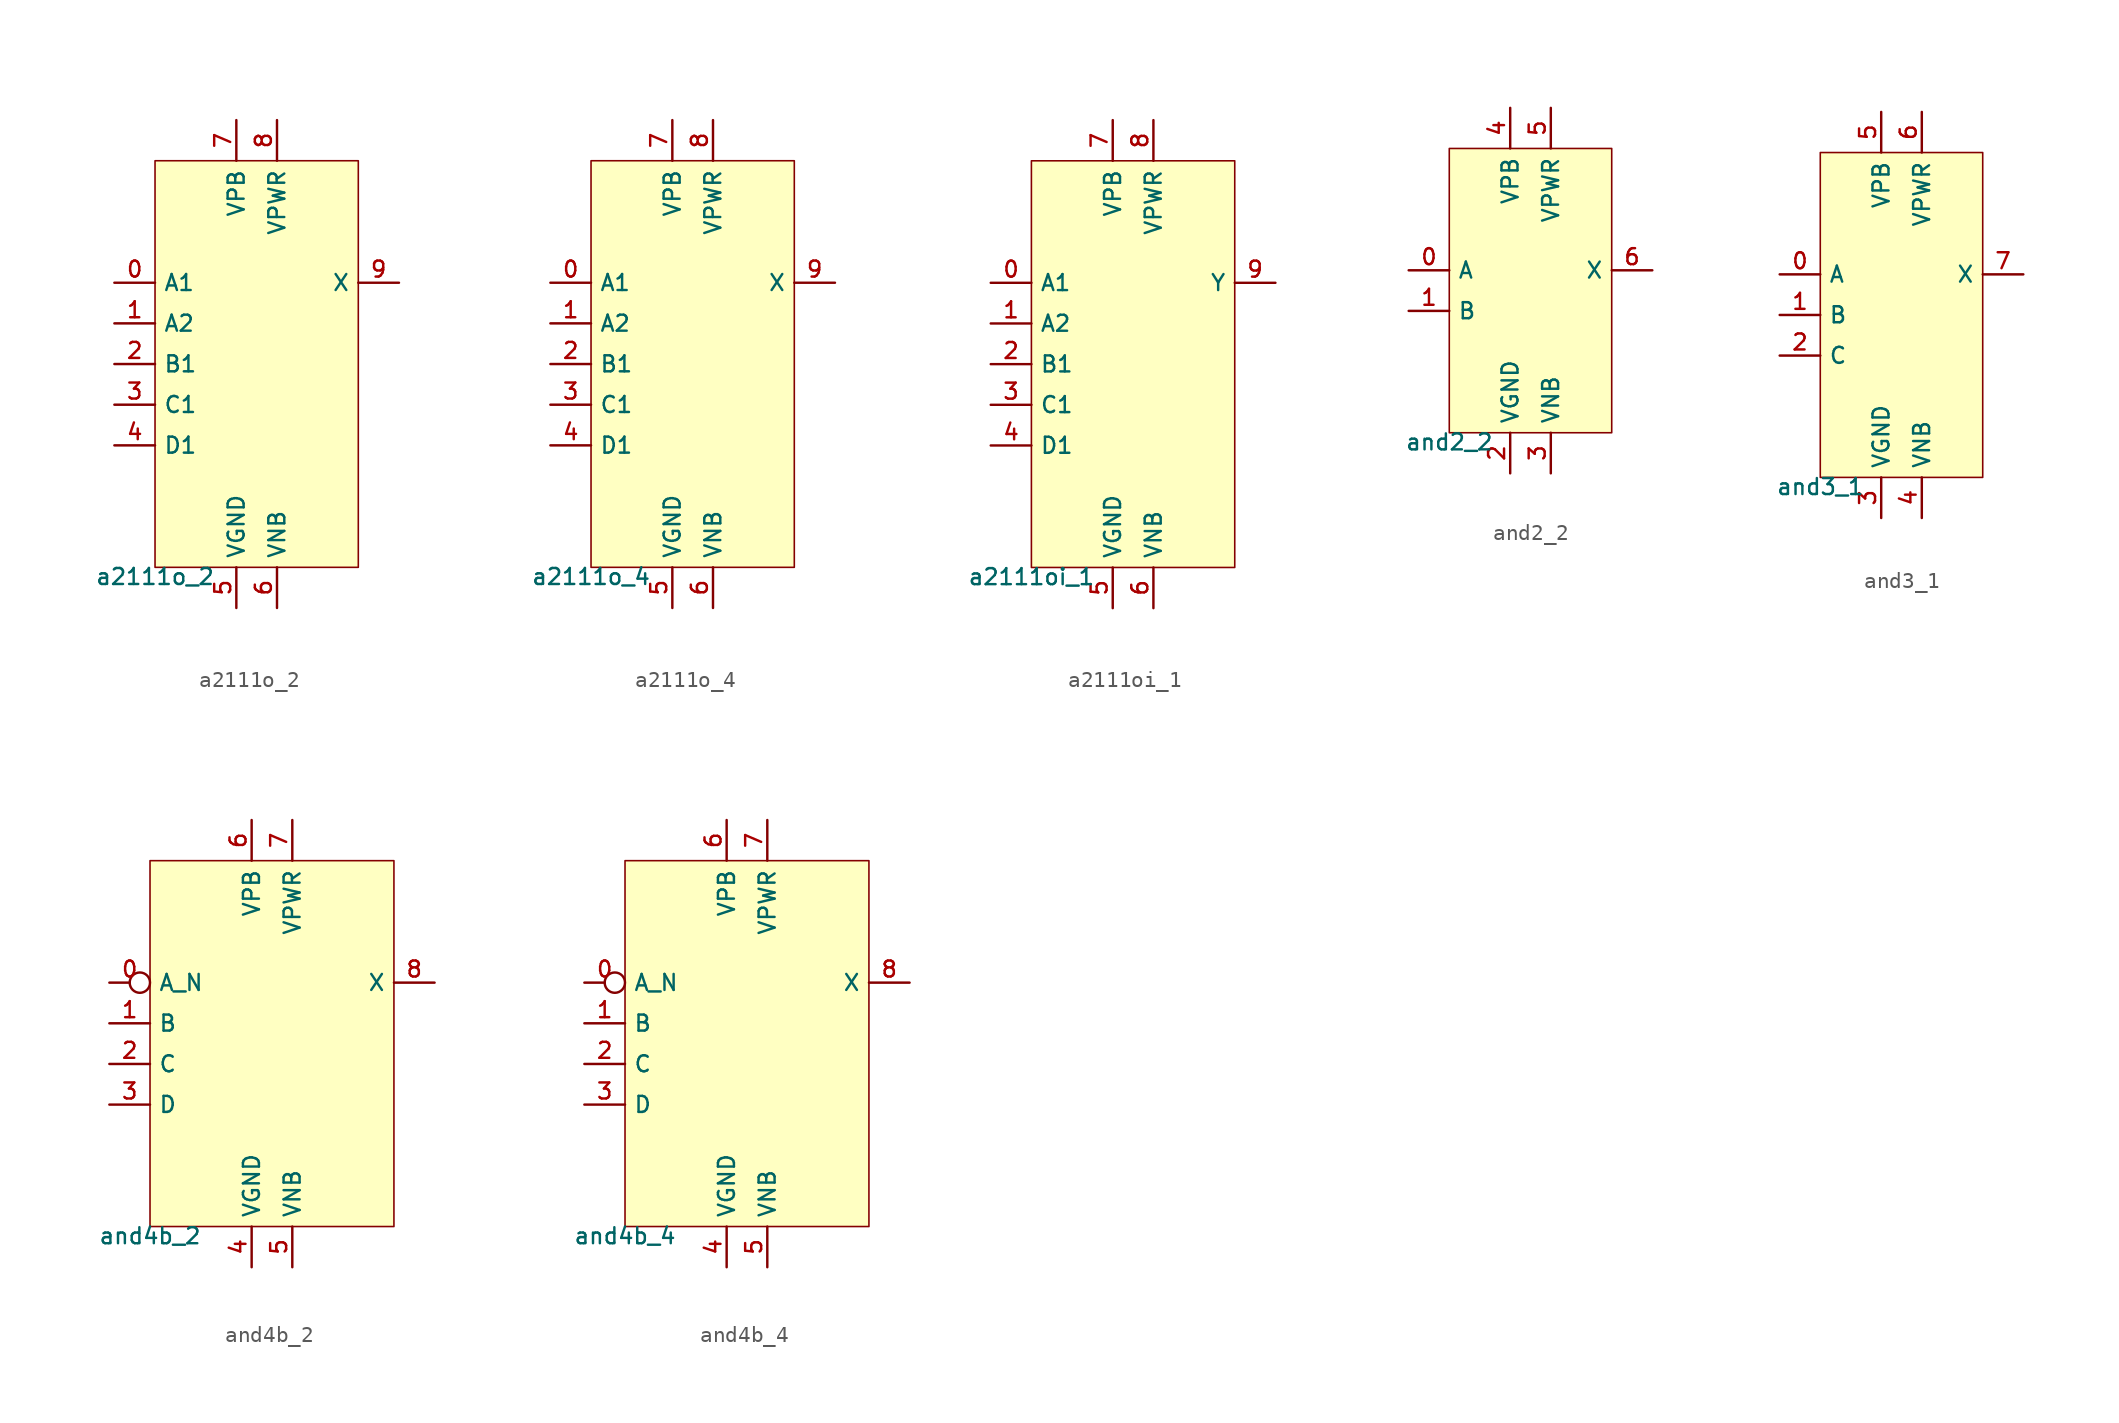
<source format=kicad_sym>
(kicad_symbol_lib
  (version 20211014)
  (generator lef2kicad_sym)
  (symbol "a2111o_2"
    (property "Reference" "CELL"
      (at 0 0 0)
      (effects (font (size 1 1)) hide))
    (property "Value" "a2111o_2"
      (at -6.35 -12.7 0)
      (effects (font (size 1 1)) (justify top)))
    (rectangle
      (start -6.35 -12.7)
      (end 6.35 12.7)
      (stroke (width 0.1) (type solid) (color 0 0 0 0))
      (fill (type background)))
    (pin input line
      (at -8.89 5.08 0)
      (length 2.54)
      (name "A1" (effects (font (size 1 1)) hide))
      (number "0" (effects (font (size 1 1)) hide)))
    (pin input line
      (at -8.89 2.54 0)
      (length 2.54)
      (name "A2" (effects (font (size 1 1)) hide))
      (number "1" (effects (font (size 1 1)) hide)))
    (pin input line
      (at -8.89 -8.881784197001252e-16 0)
      (length 2.54)
      (name "B1" (effects (font (size 1 1)) hide))
      (number "2" (effects (font (size 1 1)) hide)))
    (pin input line
      (at -8.89 -2.54 0)
      (length 2.54)
      (name "C1" (effects (font (size 1 1)) hide))
      (number "3" (effects (font (size 1 1)) hide)))
    (pin input line
      (at -8.89 -5.08 0)
      (length 2.54)
      (name "D1" (effects (font (size 1 1)) hide))
      (number "4" (effects (font (size 1 1)) hide)))
    (pin power_in line
      (at -1.27 -15.24 90)
      (length 2.54)
      (name "VGND" (effects (font (size 1 1)) hide))
      (number "5" (effects (font (size 1 1)) hide)))
    (pin power_in line
      (at 1.27 -15.24 90)
      (length 2.54)
      (name "VNB" (effects (font (size 1 1)) hide))
      (number "6" (effects (font (size 1 1)) hide)))
    (pin power_in line
      (at -1.27 15.24 270)
      (length 2.54)
      (name "VPB" (effects (font (size 1 1)) hide))
      (number "7" (effects (font (size 1 1)) hide)))
    (pin power_in line
      (at 1.27 15.24 270)
      (length 2.54)
      (name "VPWR" (effects (font (size 1 1)) hide))
      (number "8" (effects (font (size 1 1)) hide)))
    (pin output line
      (at 8.89 5.08 180)
      (length 2.54)
      (name "X" (effects (font (size 1 1)) hide))
      (number "9" (effects (font (size 1 1)) hide))))
  (symbol "a2111o_4"
    (property "Reference" "CELL"
      (at 0 0 0)
      (effects (font (size 1 1)) hide))
    (property "Value" "a2111o_4"
      (at -6.35 -12.7 0)
      (effects (font (size 1 1)) (justify top)))
    (rectangle
      (start -6.35 -12.7)
      (end 6.35 12.7)
      (stroke (width 0.1) (type solid) (color 0 0 0 0))
      (fill (type background)))
    (pin input line
      (at -8.89 5.08 0)
      (length 2.54)
      (name "A1" (effects (font (size 1 1)) hide))
      (number "0" (effects (font (size 1 1)) hide)))
    (pin input line
      (at -8.89 2.54 0)
      (length 2.54)
      (name "A2" (effects (font (size 1 1)) hide))
      (number "1" (effects (font (size 1 1)) hide)))
    (pin input line
      (at -8.89 -8.881784197001252e-16 0)
      (length 2.54)
      (name "B1" (effects (font (size 1 1)) hide))
      (number "2" (effects (font (size 1 1)) hide)))
    (pin input line
      (at -8.89 -2.54 0)
      (length 2.54)
      (name "C1" (effects (font (size 1 1)) hide))
      (number "3" (effects (font (size 1 1)) hide)))
    (pin input line
      (at -8.89 -5.08 0)
      (length 2.54)
      (name "D1" (effects (font (size 1 1)) hide))
      (number "4" (effects (font (size 1 1)) hide)))
    (pin power_in line
      (at -1.27 -15.24 90)
      (length 2.54)
      (name "VGND" (effects (font (size 1 1)) hide))
      (number "5" (effects (font (size 1 1)) hide)))
    (pin power_in line
      (at 1.27 -15.24 90)
      (length 2.54)
      (name "VNB" (effects (font (size 1 1)) hide))
      (number "6" (effects (font (size 1 1)) hide)))
    (pin power_in line
      (at -1.27 15.24 270)
      (length 2.54)
      (name "VPB" (effects (font (size 1 1)) hide))
      (number "7" (effects (font (size 1 1)) hide)))
    (pin power_in line
      (at 1.27 15.24 270)
      (length 2.54)
      (name "VPWR" (effects (font (size 1 1)) hide))
      (number "8" (effects (font (size 1 1)) hide)))
    (pin output line
      (at 8.89 5.08 180)
      (length 2.54)
      (name "X" (effects (font (size 1 1)) hide))
      (number "9" (effects (font (size 1 1)) hide))))
  (symbol "a2111oi_1"
    (property "Reference" "CELL"
      (at 0 0 0)
      (effects (font (size 1 1)) hide))
    (property "Value" "a2111oi_1"
      (at -6.35 -12.7 0)
      (effects (font (size 1 1)) (justify top)))
    (rectangle
      (start -6.35 -12.7)
      (end 6.35 12.7)
      (stroke (width 0.1) (type solid) (color 0 0 0 0))
      (fill (type background)))
    (pin input line
      (at -8.89 5.08 0)
      (length 2.54)
      (name "A1" (effects (font (size 1 1)) hide))
      (number "0" (effects (font (size 1 1)) hide)))
    (pin input line
      (at -8.89 2.54 0)
      (length 2.54)
      (name "A2" (effects (font (size 1 1)) hide))
      (number "1" (effects (font (size 1 1)) hide)))
    (pin input line
      (at -8.89 -8.881784197001252e-16 0)
      (length 2.54)
      (name "B1" (effects (font (size 1 1)) hide))
      (number "2" (effects (font (size 1 1)) hide)))
    (pin input line
      (at -8.89 -2.54 0)
      (length 2.54)
      (name "C1" (effects (font (size 1 1)) hide))
      (number "3" (effects (font (size 1 1)) hide)))
    (pin input line
      (at -8.89 -5.08 0)
      (length 2.54)
      (name "D1" (effects (font (size 1 1)) hide))
      (number "4" (effects (font (size 1 1)) hide)))
    (pin power_in line
      (at -1.27 -15.24 90)
      (length 2.54)
      (name "VGND" (effects (font (size 1 1)) hide))
      (number "5" (effects (font (size 1 1)) hide)))
    (pin power_in line
      (at 1.27 -15.24 90)
      (length 2.54)
      (name "VNB" (effects (font (size 1 1)) hide))
      (number "6" (effects (font (size 1 1)) hide)))
    (pin power_in line
      (at -1.27 15.24 270)
      (length 2.54)
      (name "VPB" (effects (font (size 1 1)) hide))
      (number "7" (effects (font (size 1 1)) hide)))
    (pin power_in line
      (at 1.27 15.24 270)
      (length 2.54)
      (name "VPWR" (effects (font (size 1 1)) hide))
      (number "8" (effects (font (size 1 1)) hide)))
    (pin output line
      (at 8.89 5.08 180)
      (length 2.54)
      (name "Y" (effects (font (size 1 1)) hide))
      (number "9" (effects (font (size 1 1)) hide))))
  (symbol "and2_2"
    (property "Reference" "CELL"
      (at 0 0 0)
      (effects (font (size 1 1)) hide))
    (property "Value" "and2_2"
      (at -5.08 -8.89 0)
      (effects (font (size 1 1)) (justify top)))
    (rectangle
      (start -5.08 -8.89)
      (end 5.08 8.89)
      (stroke (width 0.1) (type solid) (color 0 0 0 0))
      (fill (type background)))
    (pin input line
      (at -7.62 1.27 0)
      (length 2.54)
      (name "A" (effects (font (size 1 1)) hide))
      (number "0" (effects (font (size 1 1)) hide)))
    (pin input line
      (at -7.62 -1.27 0)
      (length 2.54)
      (name "B" (effects (font (size 1 1)) hide))
      (number "1" (effects (font (size 1 1)) hide)))
    (pin power_in line
      (at -1.27 -11.43 90)
      (length 2.54)
      (name "VGND" (effects (font (size 1 1)) hide))
      (number "2" (effects (font (size 1 1)) hide)))
    (pin power_in line
      (at 1.27 -11.43 90)
      (length 2.54)
      (name "VNB" (effects (font (size 1 1)) hide))
      (number "3" (effects (font (size 1 1)) hide)))
    (pin power_in line
      (at -1.27 11.43 270)
      (length 2.54)
      (name "VPB" (effects (font (size 1 1)) hide))
      (number "4" (effects (font (size 1 1)) hide)))
    (pin power_in line
      (at 1.27 11.43 270)
      (length 2.54)
      (name "VPWR" (effects (font (size 1 1)) hide))
      (number "5" (effects (font (size 1 1)) hide)))
    (pin output line
      (at 7.62 1.27 180)
      (length 2.54)
      (name "X" (effects (font (size 1 1)) hide))
      (number "6" (effects (font (size 1 1)) hide))))
  (symbol "and3_1"
    (property "Reference" "CELL"
      (at 0 0 0)
      (effects (font (size 1 1)) hide))
    (property "Value" "and3_1"
      (at -5.08 -10.16 0)
      (effects (font (size 1 1)) (justify top)))
    (rectangle
      (start -5.08 -10.16)
      (end 5.08 10.16)
      (stroke (width 0.1) (type solid) (color 0 0 0 0))
      (fill (type background)))
    (pin input line
      (at -7.62 2.54 0)
      (length 2.54)
      (name "A" (effects (font (size 1 1)) hide))
      (number "0" (effects (font (size 1 1)) hide)))
    (pin input line
      (at -7.62 0.0 0)
      (length 2.54)
      (name "B" (effects (font (size 1 1)) hide))
      (number "1" (effects (font (size 1 1)) hide)))
    (pin input line
      (at -7.62 -2.54 0)
      (length 2.54)
      (name "C" (effects (font (size 1 1)) hide))
      (number "2" (effects (font (size 1 1)) hide)))
    (pin power_in line
      (at -1.27 -12.7 90)
      (length 2.54)
      (name "VGND" (effects (font (size 1 1)) hide))
      (number "3" (effects (font (size 1 1)) hide)))
    (pin power_in line
      (at 1.27 -12.7 90)
      (length 2.54)
      (name "VNB" (effects (font (size 1 1)) hide))
      (number "4" (effects (font (size 1 1)) hide)))
    (pin power_in line
      (at -1.27 12.7 270)
      (length 2.54)
      (name "VPB" (effects (font (size 1 1)) hide))
      (number "5" (effects (font (size 1 1)) hide)))
    (pin power_in line
      (at 1.27 12.7 270)
      (length 2.54)
      (name "VPWR" (effects (font (size 1 1)) hide))
      (number "6" (effects (font (size 1 1)) hide)))
    (pin output line
      (at 7.62 2.54 180)
      (length 2.54)
      (name "X" (effects (font (size 1 1)) hide))
      (number "7" (effects (font (size 1 1)) hide))))
  (symbol "and4b_2"
    (property "Reference" "CELL"
      (at 0 0 0)
      (effects (font (size 1 1)) hide))
    (property "Value" "and4b_2"
      (at -7.62 -11.43 0)
      (effects (font (size 1 1)) (justify top)))
    (rectangle
      (start -7.62 -11.43)
      (end 7.62 11.43)
      (stroke (width 0.1) (type solid) (color 0 0 0 0))
      (fill (type background)))
    (pin input inverted
      (at -10.16 3.81 0)
      (length 2.54)
      (name "A_N" (effects (font (size 1 1)) hide))
      (number "0" (effects (font (size 1 1)) hide)))
    (pin input line
      (at -10.16 1.27 0)
      (length 2.54)
      (name "B" (effects (font (size 1 1)) hide))
      (number "1" (effects (font (size 1 1)) hide)))
    (pin input line
      (at -10.16 -1.27 0)
      (length 2.54)
      (name "C" (effects (font (size 1 1)) hide))
      (number "2" (effects (font (size 1 1)) hide)))
    (pin input line
      (at -10.16 -3.81 0)
      (length 2.54)
      (name "D" (effects (font (size 1 1)) hide))
      (number "3" (effects (font (size 1 1)) hide)))
    (pin power_in line
      (at -1.27 -13.97 90)
      (length 2.54)
      (name "VGND" (effects (font (size 1 1)) hide))
      (number "4" (effects (font (size 1 1)) hide)))
    (pin power_in line
      (at 1.27 -13.97 90)
      (length 2.54)
      (name "VNB" (effects (font (size 1 1)) hide))
      (number "5" (effects (font (size 1 1)) hide)))
    (pin power_in line
      (at -1.27 13.97 270)
      (length 2.54)
      (name "VPB" (effects (font (size 1 1)) hide))
      (number "6" (effects (font (size 1 1)) hide)))
    (pin power_in line
      (at 1.27 13.97 270)
      (length 2.54)
      (name "VPWR" (effects (font (size 1 1)) hide))
      (number "7" (effects (font (size 1 1)) hide)))
    (pin output line
      (at 10.16 3.81 180)
      (length 2.54)
      (name "X" (effects (font (size 1 1)) hide))
      (number "8" (effects (font (size 1 1)) hide))))
  (symbol "and4b_4"
    (property "Reference" "CELL"
      (at 0 0 0)
      (effects (font (size 1 1)) hide))
    (property "Value" "and4b_4"
      (at -7.62 -11.43 0)
      (effects (font (size 1 1)) (justify top)))
    (rectangle
      (start -7.62 -11.43)
      (end 7.62 11.43)
      (stroke (width 0.1) (type solid) (color 0 0 0 0))
      (fill (type background)))
    (pin input inverted
      (at -10.16 3.81 0)
      (length 2.54)
      (name "A_N" (effects (font (size 1 1)) hide))
      (number "0" (effects (font (size 1 1)) hide)))
    (pin input line
      (at -10.16 1.27 0)
      (length 2.54)
      (name "B" (effects (font (size 1 1)) hide))
      (number "1" (effects (font (size 1 1)) hide)))
    (pin input line
      (at -10.16 -1.27 0)
      (length 2.54)
      (name "C" (effects (font (size 1 1)) hide))
      (number "2" (effects (font (size 1 1)) hide)))
    (pin input line
      (at -10.16 -3.81 0)
      (length 2.54)
      (name "D" (effects (font (size 1 1)) hide))
      (number "3" (effects (font (size 1 1)) hide)))
    (pin power_in line
      (at -1.27 -13.97 90)
      (length 2.54)
      (name "VGND" (effects (font (size 1 1)) hide))
      (number "4" (effects (font (size 1 1)) hide)))
    (pin power_in line
      (at 1.27 -13.97 90)
      (length 2.54)
      (name "VNB" (effects (font (size 1 1)) hide))
      (number "5" (effects (font (size 1 1)) hide)))
    (pin power_in line
      (at -1.27 13.97 270)
      (length 2.54)
      (name "VPB" (effects (font (size 1 1)) hide))
      (number "6" (effects (font (size 1 1)) hide)))
    (pin power_in line
      (at 1.27 13.97 270)
      (length 2.54)
      (name "VPWR" (effects (font (size 1 1)) hide))
      (number "7" (effects (font (size 1 1)) hide)))
    (pin output line
      (at 10.16 3.81 180)
      (length 2.54)
      (name "X" (effects (font (size 1 1)) hide))
      (number "8" (effects (font (size 1 1)) hide)))))
</source>
